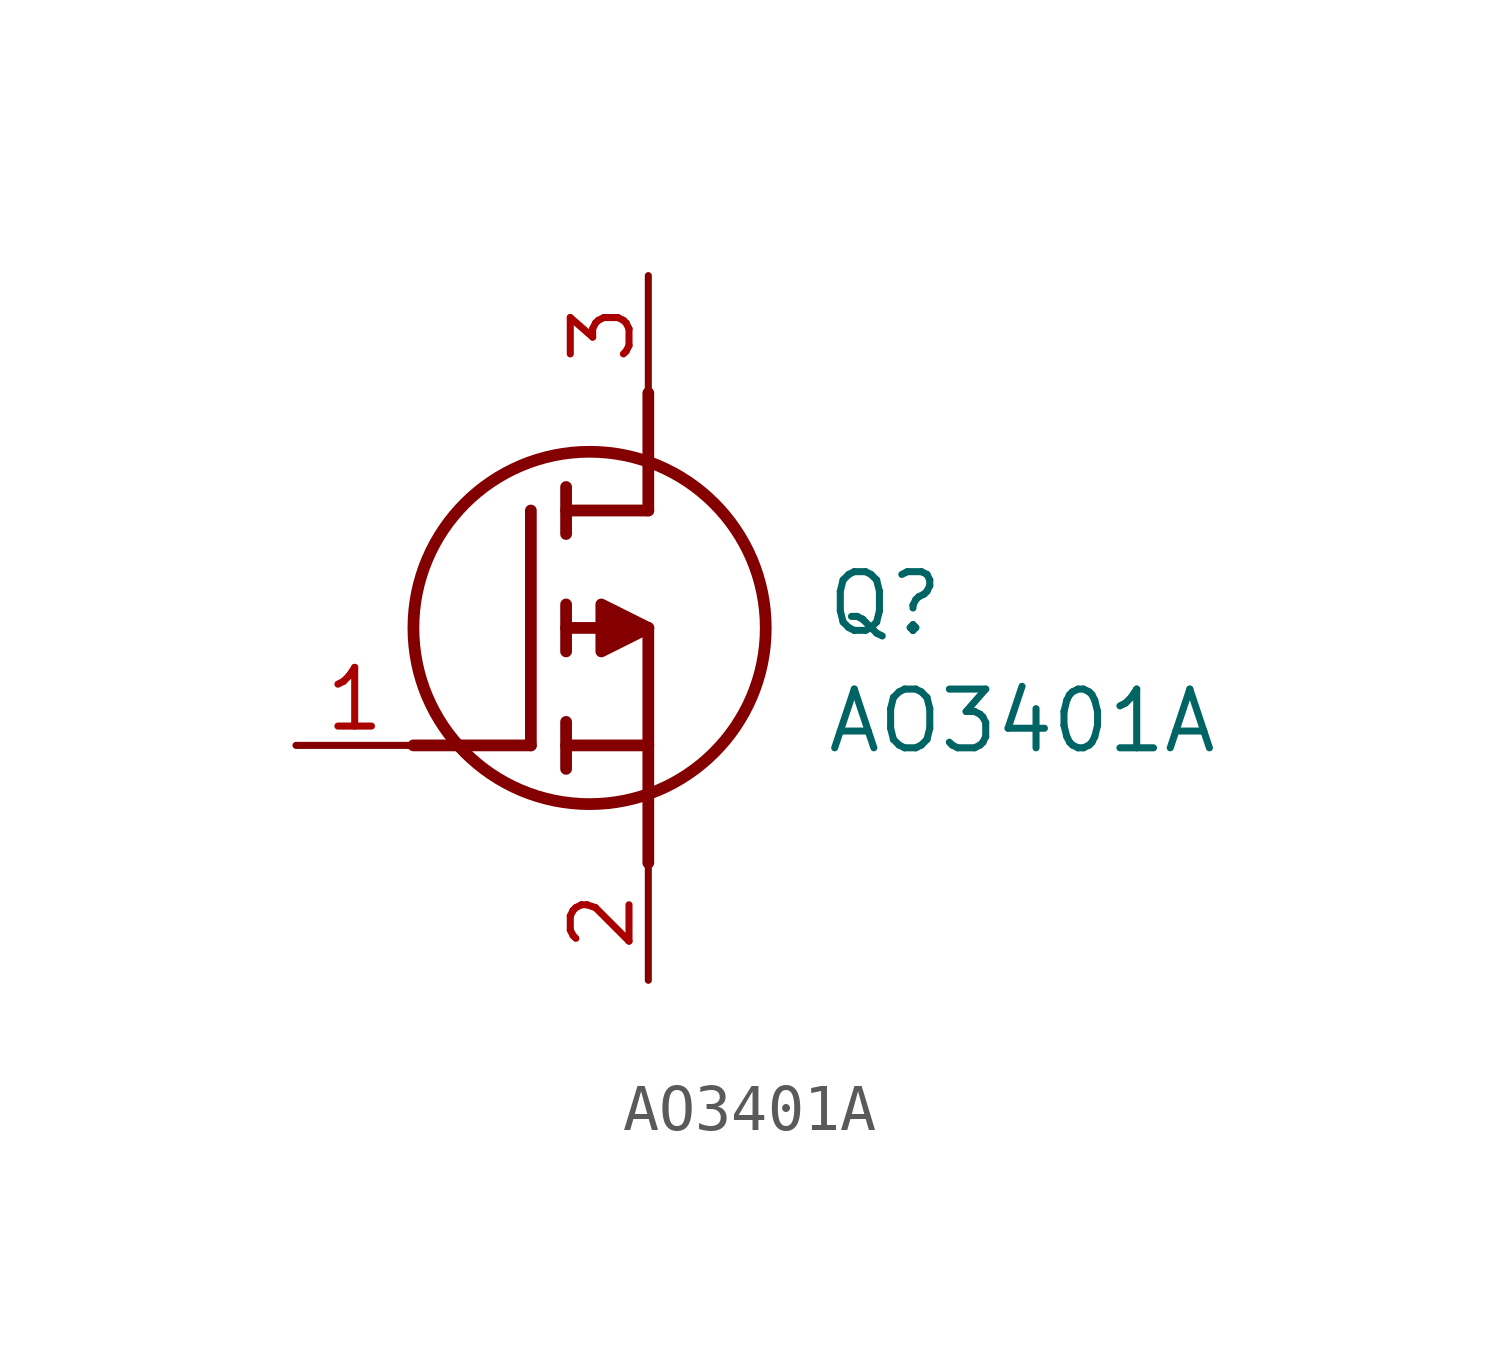
<source format=kicad_sym>
(kicad_symbol_lib
  (version 20211014)
  (generator SamacSys_ECAD_Model)
  (symbol "AO3401A"
    (pin_names hide)
    (property "Reference" "Q"
      (at 11.43 3.81 0)
      (effects (font (size 1.27 1.27)) (justify left top)))
    (property "Value" "AO3401A"
      (at 11.43 1.27 0)
      (effects (font (size 1.27 1.27)) (justify left top)))
    (polyline
      (pts (xy 7.62 2.54) (xy 7.62 -2.54))
      (stroke (width 0.254) (type default))
      (fill (type none)))
    (polyline
      (pts (xy 7.62 5.08) (xy 7.62 7.62))
      (stroke (width 0.254) (type default))
      (fill (type none)))
    (polyline
      (pts (xy 2.54 0) (xy 5.08 0))
      (stroke (width 0.254) (type default))
      (fill (type none)))
    (polyline
      (pts (xy 5.08 5.08) (xy 5.08 0))
      (stroke (width 0.254) (type default))
      (fill (type none)))
    (polyline
      (pts (xy 7.62 2.54) (xy 5.842 2.54))
      (stroke (width 0.254) (type default))
      (fill (type none)))
    (polyline
      (pts (xy 7.62 5.08) (xy 5.842 5.08))
      (stroke (width 0.254) (type default))
      (fill (type none)))
    (polyline
      (pts (xy 5.842 0) (xy 7.62 0))
      (stroke (width 0.254) (type default))
      (fill (type none)))
    (polyline
      (pts (xy 5.842 5.588) (xy 5.842 4.572))
      (stroke (width 0.254) (type default))
      (fill (type none)))
    (polyline
      (pts (xy 5.842 -0.508) (xy 5.842 0.508))
      (stroke (width 0.254) (type default))
      (fill (type none)))
    (polyline
      (pts (xy 5.842 2.032) (xy 5.842 3.048))
      (stroke (width 0.254) (type default))
      (fill (type none)))
    (circle
      (center 6.35 2.54)
      (radius 3.81)
      (stroke (width 0.254) (type default))
      (fill (type none)))
    (polyline
      (pts (xy 7.62 2.54) (xy 6.604 3.048) (xy 6.604 2.032) (xy 7.62 2.54))
      (stroke (width 0.254) (type default))
      (fill (type outline)))
    (pin passive line
      (at 0 0 0)
      (length 2.54)
      (name "G" (effects (font (size 1.27 1.27))))
      (number "1" (effects (font (size 1.27 1.27)))))
    (pin passive line
      (at 7.62 10.16 270)
      (length 2.54)
      (name "D" (effects (font (size 1.27 1.27))))
      (number "3" (effects (font (size 1.27 1.27)))))
    (pin passive line
      (at 7.62 -5.08 90)
      (length 2.54)
      (name "S" (effects (font (size 1.27 1.27))))
      (number "2" (effects (font (size 1.27 1.27)))))))
</source>
